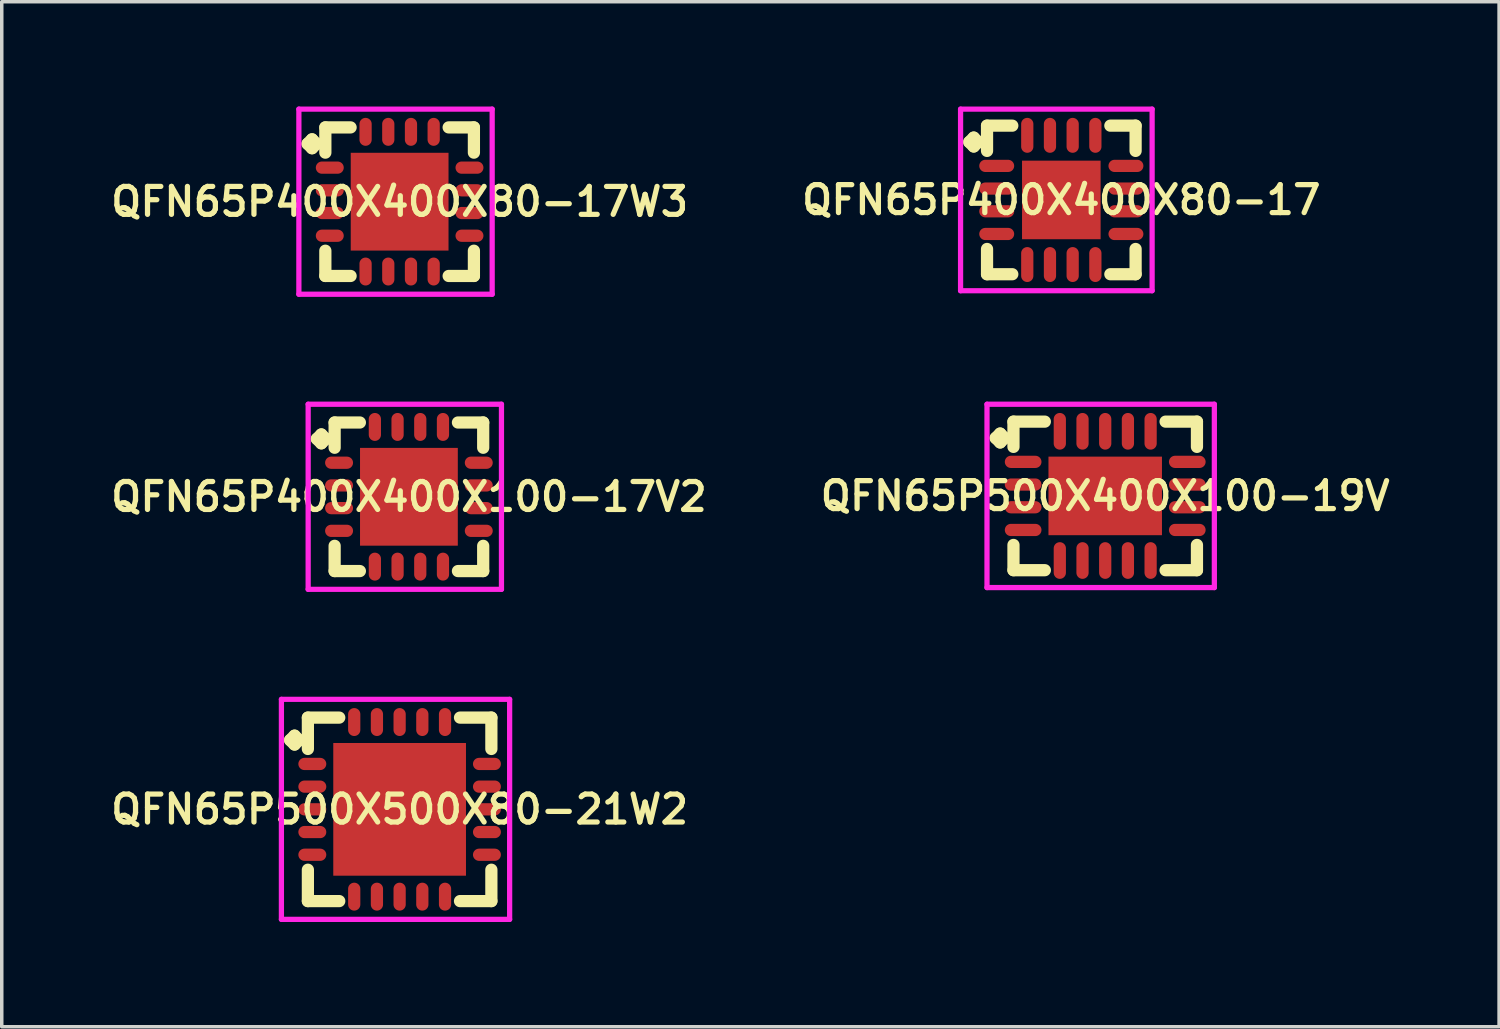
<source format=kicad_pcb>
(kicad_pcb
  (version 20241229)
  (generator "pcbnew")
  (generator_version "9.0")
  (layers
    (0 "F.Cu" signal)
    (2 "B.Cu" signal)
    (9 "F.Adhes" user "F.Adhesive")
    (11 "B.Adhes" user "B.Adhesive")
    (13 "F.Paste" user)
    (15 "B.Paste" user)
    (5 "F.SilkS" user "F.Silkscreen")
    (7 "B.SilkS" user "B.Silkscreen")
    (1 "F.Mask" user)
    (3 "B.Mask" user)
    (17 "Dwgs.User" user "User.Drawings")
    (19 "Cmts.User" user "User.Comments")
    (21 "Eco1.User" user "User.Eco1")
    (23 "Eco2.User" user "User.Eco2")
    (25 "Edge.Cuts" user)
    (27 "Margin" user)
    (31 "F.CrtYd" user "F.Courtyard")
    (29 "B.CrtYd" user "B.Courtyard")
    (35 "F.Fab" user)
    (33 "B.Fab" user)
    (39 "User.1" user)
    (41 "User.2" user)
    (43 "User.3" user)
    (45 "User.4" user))
  (footprint "QFN65P500X400X100-19V"
    (layer "F.Cu")
    (at 28.597 11.15)
    (property "Reference" "QFN65P500X400X100-19V" (at 0 0 0) (layer "F.SilkS") (effects (font (size 0.8 0.8) (thickness 0.15))))
    (attr smd)
    (fp_line (start -3.135 -1.658) (end -3.008 -1.785) (stroke (width 0.35) (type solid)) (layer "F.SilkS"))
    (fp_line (start -3.008 -1.785) (end -2.881 -1.658) (stroke (width 0.35) (type solid)) (layer "F.SilkS"))
    (fp_line (start -3.008 -1.531) (end -3.135 -1.658) (stroke (width 0.35) (type solid)) (layer "F.SilkS"))
    (fp_line (start -2.881 -1.658) (end -3.008 -1.531) (stroke (width 0.35) (type solid)) (layer "F.SilkS"))
    (fp_line (start -2.627 -2.127) (end -1.729 -2.127) (stroke (width 0.35) (type solid)) (layer "F.SilkS"))
    (fp_line (start -2.627 -1.404) (end -2.627 -2.127) (stroke (width 0.35) (type solid)) (layer "F.SilkS"))
    (fp_line (start -2.627 1.404) (end -2.627 2.127) (stroke (width 0.35) (type solid)) (layer "F.SilkS"))
    (fp_line (start -2.627 2.127) (end -1.729 2.127) (stroke (width 0.35) (type solid)) (layer "F.SilkS"))
    (fp_line (start 1.729 -2.127) (end 2.627 -2.127) (stroke (width 0.35) (type solid)) (layer "F.SilkS"))
    (fp_line (start 1.729 2.127) (end 2.627 2.127) (stroke (width 0.35) (type solid)) (layer "F.SilkS"))
    (fp_line (start 2.627 -2.127) (end 2.627 -1.404) (stroke (width 0.35) (type solid)) (layer "F.SilkS"))
    (fp_line (start 2.627 2.127) (end 2.627 1.404) (stroke (width 0.35) (type solid)) (layer "F.SilkS"))
    (fp_line (start -3.385 -2.625) (end 3.125 -2.625) (stroke (width 0.15) (type solid)) (layer "F.CrtYd"))
    (fp_line (start -3.385 2.625) (end -3.385 -2.625) (stroke (width 0.15) (type solid)) (layer "F.CrtYd"))
    (fp_line (start 3.125 -2.625) (end 3.125 2.625) (stroke (width 0.15) (type solid)) (layer "F.CrtYd"))
    (fp_line (start 3.125 2.625) (end -3.385 2.625) (stroke (width 0.15) (type solid)) (layer "F.CrtYd"))
    (pad "1" smd oval (at -2.35 -0.975) (size 1.05 0.35) (layers "F.Cu" "F.Mask" "F.Paste"))
    (pad "2" smd oval (at -2.35 -0.325) (size 1.05 0.35) (layers "F.Cu" "F.Mask" "F.Paste"))
    (pad "3" smd oval (at -2.35 0.325) (size 1.05 0.35) (layers "F.Cu" "F.Mask" "F.Paste"))
    (pad "4" smd oval (at -2.35 0.975) (size 1.05 0.35) (layers "F.Cu" "F.Mask" "F.Paste"))
    (pad "5" smd oval (at -1.3 1.85) (size 0.35 1.05) (layers "F.Cu" "F.Mask" "F.Paste"))
    (pad "6" smd oval (at -0.65 1.85) (size 0.35 1.05) (layers "F.Cu" "F.Mask" "F.Paste"))
    (pad "7" smd oval (at 0 1.85) (size 0.35 1.05) (layers "F.Cu" "F.Mask" "F.Paste"))
    (pad "8" smd oval (at 0.65 1.85) (size 0.35 1.05) (layers "F.Cu" "F.Mask" "F.Paste"))
    (pad "9" smd oval (at 1.3 1.85) (size 0.35 1.05) (layers "F.Cu" "F.Mask" "F.Paste"))
    (pad "10" smd oval (at 2.35 0.975) (size 1.05 0.35) (layers "F.Cu" "F.Mask" "F.Paste"))
    (pad "11" smd oval (at 2.35 0.325) (size 1.05 0.35) (layers "F.Cu" "F.Mask" "F.Paste"))
    (pad "12" smd oval (at 2.35 -0.325) (size 1.05 0.35) (layers "F.Cu" "F.Mask" "F.Paste"))
    (pad "13" smd oval (at 2.35 -0.975) (size 1.05 0.35) (layers "F.Cu" "F.Mask" "F.Paste"))
    (pad "14" smd oval (at 1.3 -1.85) (size 0.35 1.05) (layers "F.Cu" "F.Mask" "F.Paste"))
    (pad "15" smd oval (at 0.65 -1.85) (size 0.35 1.05) (layers "F.Cu" "F.Mask" "F.Paste"))
    (pad "16" smd oval (at 0 -1.85) (size 0.35 1.05) (layers "F.Cu" "F.Mask" "F.Paste"))
    (pad "17" smd oval (at -0.65 -1.85) (size 0.35 1.05) (layers "F.Cu" "F.Mask" "F.Paste"))
    (pad "18" smd oval (at -1.3 -1.85) (size 0.35 1.05) (layers "F.Cu" "F.Mask" "F.Paste"))
    (pad "19" smd rect (at 0 0) (size 3.25 2.25) (layers "F.Cu" "F.Mask" "F.Paste")))
  (footprint "QFN65P400X400X80-17"
    (layer "F.Cu")
    (at 27.34 2.675)
    (property "Reference" "QFN65P400X400X80-17" (at 0 0 0) (layer "F.SilkS") (effects (font (size 0.8 0.8) (thickness 0.15))))
    (attr smd)
    (fp_line (start -2.635 -1.658) (end -2.508 -1.785) (stroke (width 0.35) (type solid)) (layer "F.SilkS"))
    (fp_line (start -2.508 -1.785) (end -2.381 -1.658) (stroke (width 0.35) (type solid)) (layer "F.SilkS"))
    (fp_line (start -2.508 -1.531) (end -2.635 -1.658) (stroke (width 0.35) (type solid)) (layer "F.SilkS"))
    (fp_line (start -2.381 -1.658) (end -2.508 -1.531) (stroke (width 0.35) (type solid)) (layer "F.SilkS"))
    (fp_line (start -2.127 -2.127) (end -1.404 -2.127) (stroke (width 0.35) (type solid)) (layer "F.SilkS"))
    (fp_line (start -2.127 -1.404) (end -2.127 -2.127) (stroke (width 0.35) (type solid)) (layer "F.SilkS"))
    (fp_line (start -2.127 1.404) (end -2.127 2.127) (stroke (width 0.35) (type solid)) (layer "F.SilkS"))
    (fp_line (start -2.127 2.127) (end -1.404 2.127) (stroke (width 0.35) (type solid)) (layer "F.SilkS"))
    (fp_line (start 1.404 -2.127) (end 2.127 -2.127) (stroke (width 0.35) (type solid)) (layer "F.SilkS"))
    (fp_line (start 1.404 2.127) (end 2.127 2.127) (stroke (width 0.35) (type solid)) (layer "F.SilkS"))
    (fp_line (start 2.127 -2.127) (end 2.127 -1.404) (stroke (width 0.35) (type solid)) (layer "F.SilkS"))
    (fp_line (start 2.127 2.127) (end 2.127 1.404) (stroke (width 0.35) (type solid)) (layer "F.SilkS"))
    (fp_line (start -2.885 -2.6) (end 2.6 -2.6) (stroke (width 0.15) (type solid)) (layer "F.CrtYd"))
    (fp_line (start -2.885 2.6) (end -2.885 -2.6) (stroke (width 0.15) (type solid)) (layer "F.CrtYd"))
    (fp_line (start 2.6 -2.6) (end 2.6 2.6) (stroke (width 0.15) (type solid)) (layer "F.CrtYd"))
    (fp_line (start 2.6 2.6) (end -2.885 2.6) (stroke (width 0.15) (type solid)) (layer "F.CrtYd"))
    (pad "1" smd oval (at -1.85 -0.975) (size 1 0.35) (layers "F.Cu" "F.Mask" "F.Paste"))
    (pad "2" smd oval (at -1.85 -0.325) (size 1 0.35) (layers "F.Cu" "F.Mask" "F.Paste"))
    (pad "3" smd oval (at -1.85 0.325) (size 1 0.35) (layers "F.Cu" "F.Mask" "F.Paste"))
    (pad "4" smd oval (at -1.85 0.975) (size 1 0.35) (layers "F.Cu" "F.Mask" "F.Paste"))
    (pad "5" smd oval (at -0.975 1.85) (size 0.35 1) (layers "F.Cu" "F.Mask" "F.Paste"))
    (pad "6" smd oval (at -0.325 1.85) (size 0.35 1) (layers "F.Cu" "F.Mask" "F.Paste"))
    (pad "7" smd oval (at 0.325 1.85) (size 0.35 1) (layers "F.Cu" "F.Mask" "F.Paste"))
    (pad "8" smd oval (at 0.975 1.85) (size 0.35 1) (layers "F.Cu" "F.Mask" "F.Paste"))
    (pad "9" smd oval (at 1.85 0.975) (size 1 0.35) (layers "F.Cu" "F.Mask" "F.Paste"))
    (pad "10" smd oval (at 1.85 0.325) (size 1 0.35) (layers "F.Cu" "F.Mask" "F.Paste"))
    (pad "11" smd oval (at 1.85 -0.325) (size 1 0.35) (layers "F.Cu" "F.Mask" "F.Paste"))
    (pad "12" smd oval (at 1.85 -0.975) (size 1 0.35) (layers "F.Cu" "F.Mask" "F.Paste"))
    (pad "13" smd oval (at 0.975 -1.85) (size 0.35 1) (layers "F.Cu" "F.Mask" "F.Paste"))
    (pad "14" smd oval (at 0.325 -1.85) (size 0.35 1) (layers "F.Cu" "F.Mask" "F.Paste"))
    (pad "15" smd oval (at -0.325 -1.85) (size 0.35 1) (layers "F.Cu" "F.Mask" "F.Paste"))
    (pad "16" smd oval (at -0.975 -1.85) (size 0.35 1) (layers "F.Cu" "F.Mask" "F.Paste"))
    (pad "17" smd rect (at 0 0) (size 2.25 2.25) (layers "F.Cu" "F.Mask" "F.Paste")))
  (footprint "QFN65P400X400X100-17V2"
    (layer "F.Cu")
    (at 8.659 11.175)
    (property "Reference" "QFN65P400X400X100-17V2" (at 0 0 0) (layer "F.SilkS") (effects (font (size 0.8 0.8) (thickness 0.15))))
    (attr smd)
    (fp_line (start -2.635 -1.658) (end -2.508 -1.785) (stroke (width 0.35) (type solid)) (layer "F.SilkS"))
    (fp_line (start -2.508 -1.785) (end -2.381 -1.658) (stroke (width 0.35) (type solid)) (layer "F.SilkS"))
    (fp_line (start -2.508 -1.531) (end -2.635 -1.658) (stroke (width 0.35) (type solid)) (layer "F.SilkS"))
    (fp_line (start -2.381 -1.658) (end -2.508 -1.531) (stroke (width 0.35) (type solid)) (layer "F.SilkS"))
    (fp_line (start -2.127 -2.127) (end -1.404 -2.127) (stroke (width 0.35) (type solid)) (layer "F.SilkS"))
    (fp_line (start -2.127 -1.404) (end -2.127 -2.127) (stroke (width 0.35) (type solid)) (layer "F.SilkS"))
    (fp_line (start -2.127 1.404) (end -2.127 2.127) (stroke (width 0.35) (type solid)) (layer "F.SilkS"))
    (fp_line (start -2.127 2.127) (end -1.404 2.127) (stroke (width 0.35) (type solid)) (layer "F.SilkS"))
    (fp_line (start 1.404 -2.127) (end 2.127 -2.127) (stroke (width 0.35) (type solid)) (layer "F.SilkS"))
    (fp_line (start 1.404 2.127) (end 2.127 2.127) (stroke (width 0.35) (type solid)) (layer "F.SilkS"))
    (fp_line (start 2.127 -2.127) (end 2.127 -1.404) (stroke (width 0.35) (type solid)) (layer "F.SilkS"))
    (fp_line (start 2.127 2.127) (end 2.127 1.404) (stroke (width 0.35) (type solid)) (layer "F.SilkS"))
    (fp_line (start -2.885 -2.65) (end 2.65 -2.65) (stroke (width 0.15) (type solid)) (layer "F.CrtYd"))
    (fp_line (start -2.885 2.65) (end -2.885 -2.65) (stroke (width 0.15) (type solid)) (layer "F.CrtYd"))
    (fp_line (start 2.65 -2.65) (end 2.65 2.65) (stroke (width 0.15) (type solid)) (layer "F.CrtYd"))
    (fp_line (start 2.65 2.65) (end -2.885 2.65) (stroke (width 0.15) (type solid)) (layer "F.CrtYd"))
    (pad "1" smd oval (at -2 -0.975) (size 0.8 0.35) (layers "F.Cu" "F.Mask" "F.Paste"))
    (pad "2" smd oval (at -2 -0.325) (size 0.8 0.35) (layers "F.Cu" "F.Mask" "F.Paste"))
    (pad "3" smd oval (at -2 0.325) (size 0.8 0.35) (layers "F.Cu" "F.Mask" "F.Paste"))
    (pad "4" smd oval (at -2 0.975) (size 0.8 0.35) (layers "F.Cu" "F.Mask" "F.Paste"))
    (pad "5" smd oval (at -0.975 2) (size 0.35 0.8) (layers "F.Cu" "F.Mask" "F.Paste"))
    (pad "6" smd oval (at -0.325 2) (size 0.35 0.8) (layers "F.Cu" "F.Mask" "F.Paste"))
    (pad "7" smd oval (at 0.325 2) (size 0.35 0.8) (layers "F.Cu" "F.Mask" "F.Paste"))
    (pad "8" smd oval (at 0.975 2) (size 0.35 0.8) (layers "F.Cu" "F.Mask" "F.Paste"))
    (pad "9" smd oval (at 2 0.975) (size 0.8 0.35) (layers "F.Cu" "F.Mask" "F.Paste"))
    (pad "10" smd oval (at 2 0.325) (size 0.8 0.35) (layers "F.Cu" "F.Mask" "F.Paste"))
    (pad "11" smd oval (at 2 -0.325) (size 0.8 0.35) (layers "F.Cu" "F.Mask" "F.Paste"))
    (pad "12" smd oval (at 2 -0.975) (size 0.8 0.35) (layers "F.Cu" "F.Mask" "F.Paste"))
    (pad "13" smd oval (at 0.975 -2) (size 0.35 0.8) (layers "F.Cu" "F.Mask" "F.Paste"))
    (pad "14" smd oval (at 0.325 -2) (size 0.35 0.8) (layers "F.Cu" "F.Mask" "F.Paste"))
    (pad "15" smd oval (at -0.325 -2) (size 0.35 0.8) (layers "F.Cu" "F.Mask" "F.Paste"))
    (pad "16" smd oval (at -0.975 -2) (size 0.35 0.8) (layers "F.Cu" "F.Mask" "F.Paste"))
    (pad "17" smd rect (at 0 0) (size 2.8 2.8) (layers "F.Cu" "F.Mask" "F.Paste")))
  (footprint "QFN65P500X500X80-21W2"
    (layer "F.Cu")
    (at 8.393 20.125)
    (property "Reference" "QFN65P500X500X80-21W2" (at 0 0 0) (layer "F.SilkS") (effects (font (size 0.8 0.8) (thickness 0.15))))
    (attr smd)
    (fp_line (start -3.135 -1.983) (end -3.008 -2.11) (stroke (width 0.35) (type solid)) (layer "F.SilkS"))
    (fp_line (start -3.008 -2.11) (end -2.881 -1.983) (stroke (width 0.35) (type solid)) (layer "F.SilkS"))
    (fp_line (start -3.008 -1.856) (end -3.135 -1.983) (stroke (width 0.35) (type solid)) (layer "F.SilkS"))
    (fp_line (start -2.881 -1.983) (end -3.008 -1.856) (stroke (width 0.35) (type solid)) (layer "F.SilkS"))
    (fp_line (start -2.627 -2.627) (end -1.729 -2.627) (stroke (width 0.35) (type solid)) (layer "F.SilkS"))
    (fp_line (start -2.627 -1.729) (end -2.627 -2.627) (stroke (width 0.35) (type solid)) (layer "F.SilkS"))
    (fp_line (start -2.627 1.729) (end -2.627 2.627) (stroke (width 0.35) (type solid)) (layer "F.SilkS"))
    (fp_line (start -2.627 2.627) (end -1.729 2.627) (stroke (width 0.35) (type solid)) (layer "F.SilkS"))
    (fp_line (start 1.729 -2.627) (end 2.627 -2.627) (stroke (width 0.35) (type solid)) (layer "F.SilkS"))
    (fp_line (start 1.729 2.627) (end 2.627 2.627) (stroke (width 0.35) (type solid)) (layer "F.SilkS"))
    (fp_line (start 2.627 -2.627) (end 2.627 -1.729) (stroke (width 0.35) (type solid)) (layer "F.SilkS"))
    (fp_line (start 2.627 2.627) (end 2.627 1.729) (stroke (width 0.35) (type solid)) (layer "F.SilkS"))
    (fp_line (start -3.385 -3.15) (end 3.15 -3.15) (stroke (width 0.15) (type solid)) (layer "F.CrtYd"))
    (fp_line (start -3.385 3.15) (end -3.385 -3.15) (stroke (width 0.15) (type solid)) (layer "F.CrtYd"))
    (fp_line (start 3.15 -3.15) (end 3.15 3.15) (stroke (width 0.15) (type solid)) (layer "F.CrtYd"))
    (fp_line (start 3.15 3.15) (end -3.385 3.15) (stroke (width 0.15) (type solid)) (layer "F.CrtYd"))
    (pad "1" smd oval (at -2.5 -1.3) (size 0.8 0.35) (layers "F.Cu" "F.Mask" "F.Paste"))
    (pad "2" smd oval (at -2.5 -0.65) (size 0.8 0.35) (layers "F.Cu" "F.Mask" "F.Paste"))
    (pad "3" smd oval (at -2.5 0) (size 0.8 0.35) (layers "F.Cu" "F.Mask" "F.Paste"))
    (pad "4" smd oval (at -2.5 0.65) (size 0.8 0.35) (layers "F.Cu" "F.Mask" "F.Paste"))
    (pad "5" smd oval (at -2.5 1.3) (size 0.8 0.35) (layers "F.Cu" "F.Mask" "F.Paste"))
    (pad "6" smd oval (at -1.3 2.5) (size 0.35 0.8) (layers "F.Cu" "F.Mask" "F.Paste"))
    (pad "7" smd oval (at -0.65 2.5) (size 0.35 0.8) (layers "F.Cu" "F.Mask" "F.Paste"))
    (pad "8" smd oval (at 0 2.5) (size 0.35 0.8) (layers "F.Cu" "F.Mask" "F.Paste"))
    (pad "9" smd oval (at 0.65 2.5) (size 0.35 0.8) (layers "F.Cu" "F.Mask" "F.Paste"))
    (pad "10" smd oval (at 1.3 2.5) (size 0.35 0.8) (layers "F.Cu" "F.Mask" "F.Paste"))
    (pad "11" smd oval (at 2.5 1.3) (size 0.8 0.35) (layers "F.Cu" "F.Mask" "F.Paste"))
    (pad "12" smd oval (at 2.5 0.65) (size 0.8 0.35) (layers "F.Cu" "F.Mask" "F.Paste"))
    (pad "13" smd oval (at 2.5 0) (size 0.8 0.35) (layers "F.Cu" "F.Mask" "F.Paste"))
    (pad "14" smd oval (at 2.5 -0.65) (size 0.8 0.35) (layers "F.Cu" "F.Mask" "F.Paste"))
    (pad "15" smd oval (at 2.5 -1.3) (size 0.8 0.35) (layers "F.Cu" "F.Mask" "F.Paste"))
    (pad "16" smd oval (at 1.3 -2.5) (size 0.35 0.8) (layers "F.Cu" "F.Mask" "F.Paste"))
    (pad "17" smd oval (at 0.65 -2.5) (size 0.35 0.8) (layers "F.Cu" "F.Mask" "F.Paste"))
    (pad "18" smd oval (at 0 -2.5) (size 0.35 0.8) (layers "F.Cu" "F.Mask" "F.Paste"))
    (pad "19" smd oval (at -0.65 -2.5) (size 0.35 0.8) (layers "F.Cu" "F.Mask" "F.Paste"))
    (pad "20" smd oval (at -1.3 -2.5) (size 0.35 0.8) (layers "F.Cu" "F.Mask" "F.Paste"))
    (pad "21" smd rect (at 0 0) (size 3.8 3.8) (layers "F.Cu" "F.Mask" "F.Paste")))
  (footprint "QFN65P400X400X80-17W3"
    (layer "F.Cu")
    (at 8.393 2.725)
    (property "Reference" "QFN65P400X400X80-17W3" (at 0 0 0) (layer "F.SilkS") (effects (font (size 0.8 0.8) (thickness 0.15))))
    (attr smd)
    (fp_line (start -2.635 -1.658) (end -2.508 -1.785) (stroke (width 0.35) (type solid)) (layer "F.SilkS"))
    (fp_line (start -2.508 -1.785) (end -2.381 -1.658) (stroke (width 0.35) (type solid)) (layer "F.SilkS"))
    (fp_line (start -2.508 -1.531) (end -2.635 -1.658) (stroke (width 0.35) (type solid)) (layer "F.SilkS"))
    (fp_line (start -2.381 -1.658) (end -2.508 -1.531) (stroke (width 0.35) (type solid)) (layer "F.SilkS"))
    (fp_line (start -2.127 -2.127) (end -1.404 -2.127) (stroke (width 0.35) (type solid)) (layer "F.SilkS"))
    (fp_line (start -2.127 -1.404) (end -2.127 -2.127) (stroke (width 0.35) (type solid)) (layer "F.SilkS"))
    (fp_line (start -2.127 1.404) (end -2.127 2.127) (stroke (width 0.35) (type solid)) (layer "F.SilkS"))
    (fp_line (start -2.127 2.127) (end -1.404 2.127) (stroke (width 0.35) (type solid)) (layer "F.SilkS"))
    (fp_line (start 1.404 -2.127) (end 2.127 -2.127) (stroke (width 0.35) (type solid)) (layer "F.SilkS"))
    (fp_line (start 1.404 2.127) (end 2.127 2.127) (stroke (width 0.35) (type solid)) (layer "F.SilkS"))
    (fp_line (start 2.127 -2.127) (end 2.127 -1.404) (stroke (width 0.35) (type solid)) (layer "F.SilkS"))
    (fp_line (start 2.127 2.127) (end 2.127 1.404) (stroke (width 0.35) (type solid)) (layer "F.SilkS"))
    (fp_line (start -2.885 -2.65) (end 2.65 -2.65) (stroke (width 0.15) (type solid)) (layer "F.CrtYd"))
    (fp_line (start -2.885 2.65) (end -2.885 -2.65) (stroke (width 0.15) (type solid)) (layer "F.CrtYd"))
    (fp_line (start 2.65 -2.65) (end 2.65 2.65) (stroke (width 0.15) (type solid)) (layer "F.CrtYd"))
    (fp_line (start 2.65 2.65) (end -2.885 2.65) (stroke (width 0.15) (type solid)) (layer "F.CrtYd"))
    (pad "1" smd oval (at -2 -0.975) (size 0.8 0.35) (layers "F.Cu" "F.Mask" "F.Paste"))
    (pad "2" smd oval (at -2 -0.325) (size 0.8 0.35) (layers "F.Cu" "F.Mask" "F.Paste"))
    (pad "3" smd oval (at -2 0.325) (size 0.8 0.35) (layers "F.Cu" "F.Mask" "F.Paste"))
    (pad "4" smd oval (at -2 0.975) (size 0.8 0.35) (layers "F.Cu" "F.Mask" "F.Paste"))
    (pad "5" smd oval (at -0.975 2) (size 0.35 0.8) (layers "F.Cu" "F.Mask" "F.Paste"))
    (pad "6" smd oval (at -0.325 2) (size 0.35 0.8) (layers "F.Cu" "F.Mask" "F.Paste"))
    (pad "7" smd oval (at 0.325 2) (size 0.35 0.8) (layers "F.Cu" "F.Mask" "F.Paste"))
    (pad "8" smd oval (at 0.975 2) (size 0.35 0.8) (layers "F.Cu" "F.Mask" "F.Paste"))
    (pad "9" smd oval (at 2 0.975) (size 0.8 0.35) (layers "F.Cu" "F.Mask" "F.Paste"))
    (pad "10" smd oval (at 2 0.325) (size 0.8 0.35) (layers "F.Cu" "F.Mask" "F.Paste"))
    (pad "11" smd oval (at 2 -0.325) (size 0.8 0.35) (layers "F.Cu" "F.Mask" "F.Paste"))
    (pad "12" smd oval (at 2 -0.975) (size 0.8 0.35) (layers "F.Cu" "F.Mask" "F.Paste"))
    (pad "13" smd oval (at 0.975 -2) (size 0.35 0.8) (layers "F.Cu" "F.Mask" "F.Paste"))
    (pad "14" smd oval (at 0.325 -2) (size 0.35 0.8) (layers "F.Cu" "F.Mask" "F.Paste"))
    (pad "15" smd oval (at -0.325 -2) (size 0.35 0.8) (layers "F.Cu" "F.Mask" "F.Paste"))
    (pad "16" smd oval (at -0.975 -2) (size 0.35 0.8) (layers "F.Cu" "F.Mask" "F.Paste"))
    (pad "17" smd rect (at 0 0) (size 2.8 2.8) (layers "F.Cu" "F.Mask" "F.Paste")))
  (gr_rect
    (start -3 -3)
    (end 39.875 26.35)
    (stroke (width 0.1) (type default))
    (fill no)
    (layer "Edge.Cuts")))
</source>
